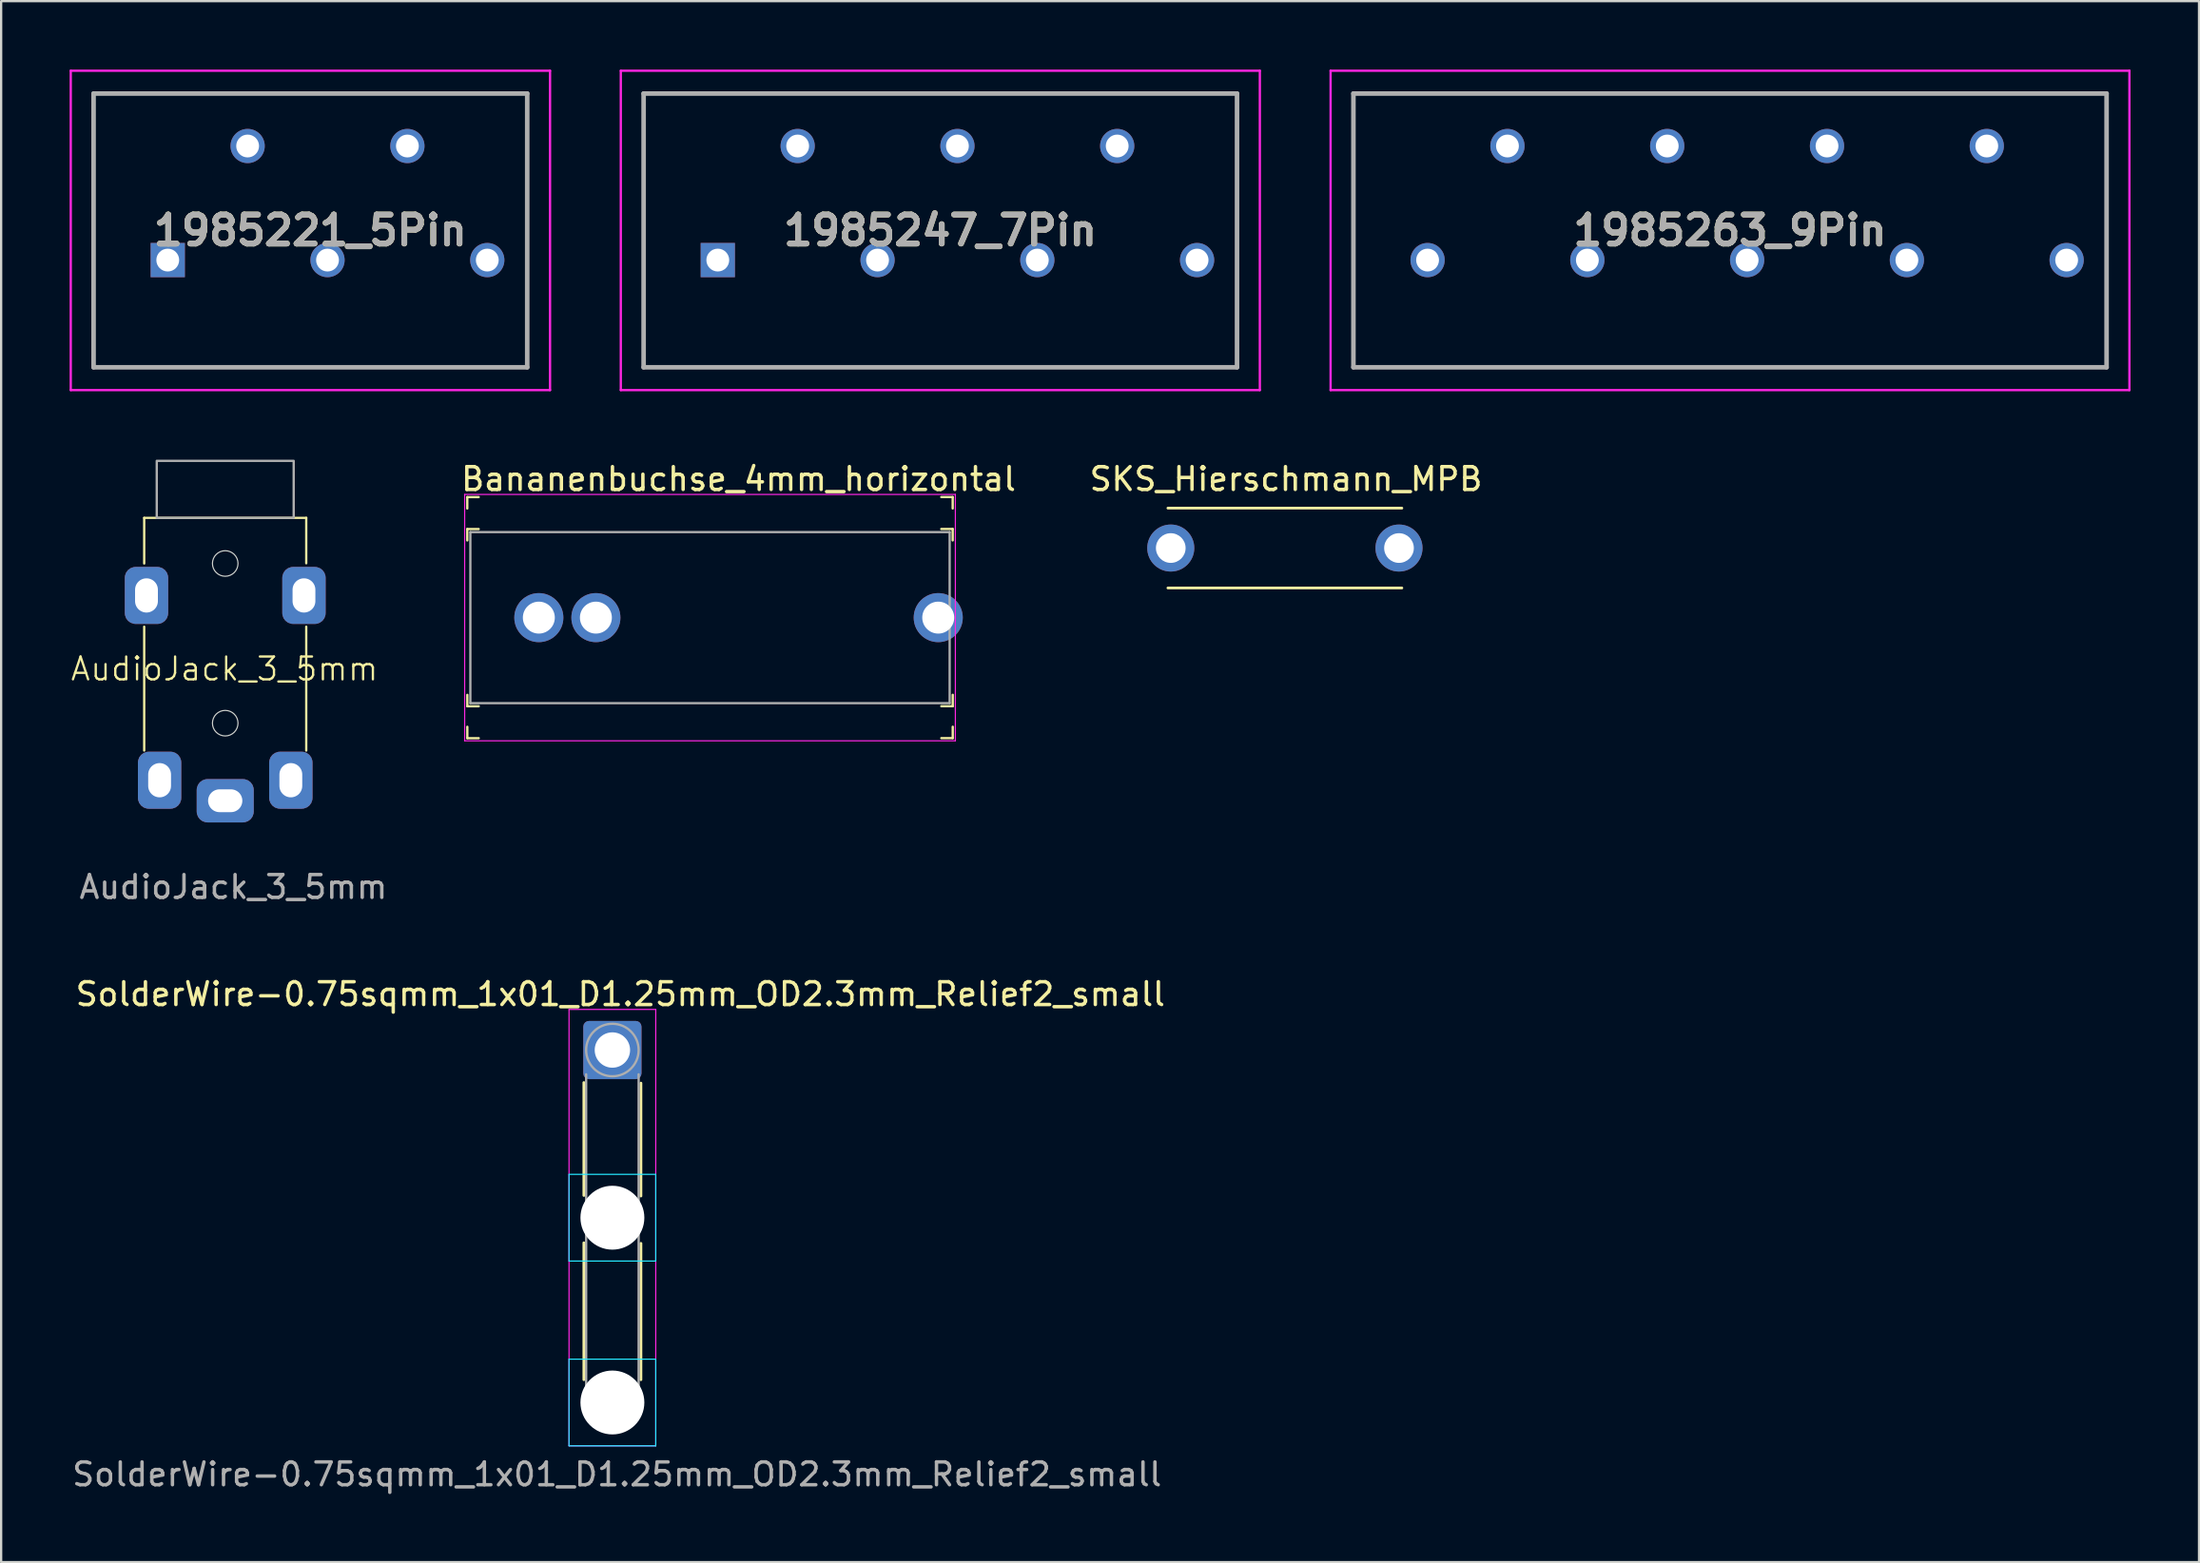
<source format=kicad_pcb>
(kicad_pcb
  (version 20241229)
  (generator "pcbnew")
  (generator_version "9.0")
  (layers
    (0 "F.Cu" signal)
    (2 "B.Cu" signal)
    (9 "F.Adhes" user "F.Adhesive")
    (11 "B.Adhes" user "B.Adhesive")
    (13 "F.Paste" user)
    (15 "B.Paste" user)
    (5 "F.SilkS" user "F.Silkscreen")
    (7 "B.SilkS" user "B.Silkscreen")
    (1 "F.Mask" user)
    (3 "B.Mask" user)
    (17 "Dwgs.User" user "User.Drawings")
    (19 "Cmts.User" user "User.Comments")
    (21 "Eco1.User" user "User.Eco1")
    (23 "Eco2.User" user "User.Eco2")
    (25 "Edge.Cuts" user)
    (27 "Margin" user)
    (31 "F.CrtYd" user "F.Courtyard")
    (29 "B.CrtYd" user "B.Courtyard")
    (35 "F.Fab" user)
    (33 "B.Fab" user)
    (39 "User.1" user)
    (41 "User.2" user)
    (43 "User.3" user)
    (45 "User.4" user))
  (footprint "1985221_5Pin"
    (layer "F.Cu")
    (at 4.3 8.35)
    (property "Reference" "1985221_5Pin" (at 6.25 -1.3 0) (layer "F.SilkS") (effects (font (size 1.27 1.27) (thickness 0.254))))
    (attr through_hole)
    (fp_line (start -3.25 -7.3) (end 15.75 -7.3) (stroke (width 0.1) (type solid)) (layer "F.SilkS"))
    (fp_line (start -3.25 4.7) (end -3.25 -7.3) (stroke (width 0.1) (type solid)) (layer "F.SilkS"))
    (fp_line (start 15.75 -7.3) (end 15.75 4.7) (stroke (width 0.1) (type solid)) (layer "F.SilkS"))
    (fp_line (start 15.75 4.7) (end -3.25 4.7) (stroke (width 0.1) (type solid)) (layer "F.SilkS"))
    (fp_line (start -4.25 -8.3) (end 16.75 -8.3) (stroke (width 0.1) (type solid)) (layer "F.CrtYd"))
    (fp_line (start -4.25 5.7) (end -4.25 -8.3) (stroke (width 0.1) (type solid)) (layer "F.CrtYd"))
    (fp_line (start 16.75 -8.3) (end 16.75 5.7) (stroke (width 0.1) (type solid)) (layer "F.CrtYd"))
    (fp_line (start 16.75 5.7) (end -4.25 5.7) (stroke (width 0.1) (type solid)) (layer "F.CrtYd"))
    (fp_line (start -3.25 -7.3) (end 15.75 -7.3) (stroke (width 0.2) (type solid)) (layer "F.Fab"))
    (fp_line (start -3.25 4.7) (end -3.25 -7.3) (stroke (width 0.2) (type solid)) (layer "F.Fab"))
    (fp_line (start 15.75 -7.3) (end 15.75 4.7) (stroke (width 0.2) (type solid)) (layer "F.Fab"))
    (fp_line (start 15.75 4.7) (end -3.25 4.7) (stroke (width 0.2) (type solid)) (layer "F.Fab"))
    (fp_text user "${REFERENCE}" (at 6.25 -1.3 0) (layer "F.Fab") (effects (font (size 1.27 1.27) (thickness 0.254))))
    (pad "1" thru_hole rect (at 0 0) (size 1.5 1.5) (drill 1) (layers "*.Cu" "*.Mask"))
    (pad "2" thru_hole circle (at 3.5 -5) (size 1.5 1.5) (drill 1) (layers "*.Cu" "*.Mask"))
    (pad "3" thru_hole circle (at 7 0) (size 1.5 1.5) (drill 1) (layers "*.Cu" "*.Mask"))
    (pad "4" thru_hole circle (at 10.5 -5) (size 1.5 1.5) (drill 1) (layers "*.Cu" "*.Mask"))
    (pad "5" thru_hole circle (at 14 0) (size 1.5 1.5) (drill 1) (layers "*.Cu" "*.Mask")))
  (footprint "1985263_9Pin"
    (layer "F.Cu")
    (at 72.75 7.05)
    (property "Reference" "1985263_9Pin" (at 0 0 0) (layer "F.SilkS") (effects (font (size 1.27 1.27) (thickness 0.254))))
    (attr through_hole)
    (fp_line (start -16.5 -6) (end 16.5 -6) (stroke (width 0.1) (type solid)) (layer "F.SilkS"))
    (fp_line (start -16.5 6) (end -16.5 -6) (stroke (width 0.1) (type solid)) (layer "F.SilkS"))
    (fp_line (start 16.5 -6) (end 16.5 6) (stroke (width 0.1) (type solid)) (layer "F.SilkS"))
    (fp_line (start 16.5 6) (end -16.5 6) (stroke (width 0.1) (type solid)) (layer "F.SilkS"))
    (fp_line (start -17.5 -7) (end 17.5 -7) (stroke (width 0.1) (type solid)) (layer "F.CrtYd"))
    (fp_line (start -17.5 7) (end -17.5 -7) (stroke (width 0.1) (type solid)) (layer "F.CrtYd"))
    (fp_line (start 17.5 -7) (end 17.5 7) (stroke (width 0.1) (type solid)) (layer "F.CrtYd"))
    (fp_line (start 17.5 7) (end -17.5 7) (stroke (width 0.1) (type solid)) (layer "F.CrtYd"))
    (fp_line (start -16.5 -6) (end 16.5 -6) (stroke (width 0.2) (type solid)) (layer "F.Fab"))
    (fp_line (start -16.5 6) (end -16.5 -6) (stroke (width 0.2) (type solid)) (layer "F.Fab"))
    (fp_line (start 16.5 -6) (end 16.5 6) (stroke (width 0.2) (type solid)) (layer "F.Fab"))
    (fp_line (start 16.5 6) (end -16.5 6) (stroke (width 0.2) (type solid)) (layer "F.Fab"))
    (fp_text user "${REFERENCE}" (at 0 0 0) (layer "F.Fab") (effects (font (size 1.27 1.27) (thickness 0.254))))
    (pad "1" thru_hole circle (at -13.25 1.3) (size 1.5 1.5) (drill 1) (layers "*.Cu" "*.Mask"))
    (pad "2" thru_hole circle (at -9.75 -3.7) (size 1.5 1.5) (drill 1) (layers "*.Cu" "*.Mask"))
    (pad "3" thru_hole circle (at -6.25 1.3) (size 1.5 1.5) (drill 1) (layers "*.Cu" "*.Mask"))
    (pad "4" thru_hole circle (at -2.75 -3.7) (size 1.5 1.5) (drill 1) (layers "*.Cu" "*.Mask"))
    (pad "5" thru_hole circle (at 0.75 1.3) (size 1.5 1.5) (drill 1) (layers "*.Cu" "*.Mask"))
    (pad "6" thru_hole circle (at 4.25 -3.7) (size 1.5 1.5) (drill 1) (layers "*.Cu" "*.Mask"))
    (pad "7" thru_hole circle (at 7.75 1.3) (size 1.5 1.5) (drill 1) (layers "*.Cu" "*.Mask"))
    (pad "8" thru_hole circle (at 11.25 -3.7) (size 1.5 1.5) (drill 1) (layers "*.Cu" "*.Mask"))
    (pad "9" thru_hole circle (at 14.75 1.3) (size 1.5 1.5) (drill 1) (layers "*.Cu" "*.Mask")))
  (footprint "1985247_7Pin"
    (layer "F.Cu")
    (at 28.4 8.35)
    (property "Reference" "1985247_7Pin" (at 9.75 -1.3 0) (layer "F.SilkS") (effects (font (size 1.27 1.27) (thickness 0.254))))
    (attr through_hole)
    (fp_line (start -3.25 -7.3) (end -3.25 4.7) (stroke (width 0.1) (type solid)) (layer "F.SilkS"))
    (fp_line (start -3.25 4.7) (end 22.75 4.7) (stroke (width 0.1) (type solid)) (layer "F.SilkS"))
    (fp_line (start 22.75 -7.3) (end -3.25 -7.3) (stroke (width 0.1) (type solid)) (layer "F.SilkS"))
    (fp_line (start 22.75 4.7) (end 22.75 -7.3) (stroke (width 0.1) (type solid)) (layer "F.SilkS"))
    (fp_line (start -4.25 -8.3) (end 23.75 -8.3) (stroke (width 0.1) (type solid)) (layer "F.CrtYd"))
    (fp_line (start -4.25 5.7) (end -4.25 -8.3) (stroke (width 0.1) (type solid)) (layer "F.CrtYd"))
    (fp_line (start 23.75 -8.3) (end 23.75 5.7) (stroke (width 0.1) (type solid)) (layer "F.CrtYd"))
    (fp_line (start 23.75 5.7) (end -4.25 5.7) (stroke (width 0.1) (type solid)) (layer "F.CrtYd"))
    (fp_line (start -3.25 -7.3) (end 22.75 -7.3) (stroke (width 0.2) (type solid)) (layer "F.Fab"))
    (fp_line (start -3.25 4.7) (end -3.25 -7.3) (stroke (width 0.2) (type solid)) (layer "F.Fab"))
    (fp_line (start 22.75 -7.3) (end 22.75 4.7) (stroke (width 0.2) (type solid)) (layer "F.Fab"))
    (fp_line (start 22.75 4.7) (end -3.25 4.7) (stroke (width 0.2) (type solid)) (layer "F.Fab"))
    (fp_text user "${REFERENCE}" (at 9.75 -1.3 0) (layer "F.Fab") (effects (font (size 1.27 1.27) (thickness 0.254))))
    (pad "1" thru_hole rect (at 0 0) (size 1.5 1.5) (drill 1) (layers "*.Cu" "*.Mask"))
    (pad "2" thru_hole circle (at 3.5 -5) (size 1.5 1.5) (drill 1) (layers "*.Cu" "*.Mask"))
    (pad "3" thru_hole circle (at 7 0) (size 1.5 1.5) (drill 1) (layers "*.Cu" "*.Mask"))
    (pad "4" thru_hole circle (at 10.5 -5) (size 1.5 1.5) (drill 1) (layers "*.Cu" "*.Mask"))
    (pad "5" thru_hole circle (at 14 0) (size 1.5 1.5) (drill 1) (layers "*.Cu" "*.Mask"))
    (pad "6" thru_hole circle (at 17.5 -5) (size 1.5 1.5) (drill 1) (layers "*.Cu" "*.Mask"))
    (pad "7" thru_hole circle (at 21 0) (size 1.5 1.5) (drill 1) (layers "*.Cu" "*.Mask")))
  (footprint "AudioJack_3_5mm"
    (layer "F.Cu")
    (at 6.818 19.65)
    (property "Reference" "AudioJack_3_5mm" (at -0.03 6.62 0) (unlocked yes) (layer "F.SilkS") (effects (font (size 1 1) (thickness 0.1))))
    (attr through_hole)
    (fp_line (start -3.55 0) (end 3.55 0) (stroke (width 0.1) (type default)) (layer "F.SilkS"))
    (fp_line (start -3.55 2) (end -3.55 0) (stroke (width 0.1) (type default)) (layer "F.SilkS"))
    (fp_line (start -3.55 4.77) (end -3.55 10.2) (stroke (width 0.1) (type default)) (layer "F.SilkS"))
    (fp_line (start 3.55 0) (end 3.55 1.99) (stroke (width 0.1) (type default)) (layer "F.SilkS"))
    (fp_line (start 3.55 4.77) (end 3.55 10.2) (stroke (width 0.1) (type default)) (layer "F.SilkS"))
    (fp_circle (center 0 2) (end 0.56 2) (stroke (width 0.05) (type default)) (fill no) (layer "Edge.Cuts"))
    (fp_circle (center 0 9) (end 0.56 9) (stroke (width 0.05) (type default)) (fill no) (layer "Edge.Cuts"))
    (fp_rect (start -3 -2.5) (end 3 0) (stroke (width 0.1) (type default)) (fill no) (layer "F.Fab"))
    (fp_text user "${REFERENCE}" (at 0.36 16.18 0) (unlocked yes) (layer "F.Fab") (effects (font (size 1 1) (thickness 0.15))))
    (pad "R1" thru_hole roundrect (at -2.875 11.5 90) (size 2.5 1.9) (drill oval 1.5 1) (layers "*.Cu" "*.Mask") (roundrect_rratio 0.25))
    (pad "R2" thru_hole roundrect (at 2.875 11.5 90) (size 2.5 1.9) (drill oval 1.5 1) (layers "*.Cu" "*.Mask") (roundrect_rratio 0.25))
    (pad "S" thru_hole roundrect (at 0 12.4 180) (size 2.5 1.9) (drill oval 1.5 1) (layers "*.Cu" "*.Mask") (roundrect_rratio 0.25))
    (pad "T" thru_hole roundrect (at -3.45 3.4 90) (size 2.5 1.9) (drill oval 1.5 1) (layers "*.Cu" "*.Mask") (roundrect_rratio 0.25))
    (pad "T" thru_hole roundrect (at 3.45 3.4 90) (size 2.5 1.9) (drill oval 1.5 1) (layers "*.Cu" "*.Mask") (roundrect_rratio 0.25)))
  (footprint "Bananenbuchse_4mm_horizontal"
    (layer "F.Cu")
    (at 29.309 24.023)
    (property "Reference" "Bananenbuchse_4mm_horizontal" (at 0 -6.075 0) (layer "F.SilkS") (effects (font (size 1 1) (thickness 0.15))))
    (attr through_hole)
    (fp_line (start -11.885 -5.283) (end -11.885 -4.783) (stroke (width 0.1) (type solid)) (layer "F.SilkS"))
    (fp_line (start -11.885 -5.283) (end -11.385 -5.283) (stroke (width 0.1) (type solid)) (layer "F.SilkS"))
    (fp_line (start -11.885 -3.883) (end -11.885 -3.383) (stroke (width 0.1) (type solid)) (layer "F.SilkS"))
    (fp_line (start -11.885 -3.883) (end -11.385 -3.883) (stroke (width 0.1) (type solid)) (layer "F.SilkS"))
    (fp_line (start -11.883 3.885) (end -11.883 3.385) (stroke (width 0.1) (type solid)) (layer "F.SilkS"))
    (fp_line (start -11.883 3.885) (end -11.383 3.885) (stroke (width 0.1) (type solid)) (layer "F.SilkS"))
    (fp_line (start -11.883 5.285) (end -11.883 4.785) (stroke (width 0.1) (type solid)) (layer "F.SilkS"))
    (fp_line (start -11.883 5.285) (end -11.383 5.285) (stroke (width 0.1) (type solid)) (layer "F.SilkS"))
    (fp_line (start 9.383 -5.285) (end 8.883 -5.285) (stroke (width 0.1) (type solid)) (layer "F.SilkS"))
    (fp_line (start 9.383 -5.285) (end 9.383 -4.785) (stroke (width 0.1) (type solid)) (layer "F.SilkS"))
    (fp_line (start 9.383 -3.885) (end 8.883 -3.885) (stroke (width 0.1) (type solid)) (layer "F.SilkS"))
    (fp_line (start 9.383 -3.885) (end 9.383 -3.385) (stroke (width 0.1) (type solid)) (layer "F.SilkS"))
    (fp_line (start 9.385 3.883) (end 8.885 3.883) (stroke (width 0.1) (type solid)) (layer "F.SilkS"))
    (fp_line (start 9.385 3.883) (end 9.385 3.383) (stroke (width 0.1) (type solid)) (layer "F.SilkS"))
    (fp_line (start 9.385 5.283) (end 8.885 5.283) (stroke (width 0.1) (type solid)) (layer "F.SilkS"))
    (fp_line (start 9.385 5.283) (end 9.385 4.783) (stroke (width 0.1) (type solid)) (layer "F.SilkS"))
    (fp_line (start -12 -5.4) (end -12 5.4) (stroke (width 0.05) (type solid)) (layer "F.CrtYd"))
    (fp_line (start -12 5.4) (end 9.5 5.4) (stroke (width 0.05) (type solid)) (layer "F.CrtYd"))
    (fp_line (start 9.5 -5.4) (end -12 -5.4) (stroke (width 0.05) (type solid)) (layer "F.CrtYd"))
    (fp_line (start 9.5 5.4) (end 9.5 -5.4) (stroke (width 0.05) (type solid)) (layer "F.CrtYd"))
    (fp_line (start -11.75 -3.75) (end 9.25 -3.75) (stroke (width 0.1) (type solid)) (layer "F.Fab"))
    (fp_line (start -11.75 3.75) (end -11.75 -3.75) (stroke (width 0.1) (type solid)) (layer "F.Fab"))
    (fp_line (start -11.75 3.75) (end 9.25 3.75) (stroke (width 0.1) (type solid)) (layer "F.Fab"))
    (fp_line (start 9.25 3.75) (end 9.25 -3.75) (stroke (width 0.1) (type solid)) (layer "F.Fab"))
    (pad "1" thru_hole circle (at -8.75 0) (size 2.15 2.15) (drill 1.4) (layers "*.Cu" "*.Mask"))
    (pad "1" thru_hole circle (at -6.25 0) (size 2.15 2.15) (drill 1.4) (layers "*.Cu" "*.Mask"))
    (pad "1" thru_hole circle (at 8.75 0) (size 2.15 2.15) (drill 1.4) (layers "*.Cu" "*.Mask")))
  (footprint "SolderWire-0.75sqmm_1x01_D1.25mm_OD2.3mm_Relief2_small"
    (layer "F.Cu")
    (at 23.832 52.077)
    (property "Reference" "SolderWire-0.75sqmm_1x01_D1.25mm_OD2.3mm_Relief2_small" (at 0.3 -11.55 0) (unlocked yes) (layer "F.SilkS") (effects (font (size 1 1) (thickness 0.15))))
    (attr through_hole)
    (fp_line (start -1.3 -7.675) (end -1.3 -2.725) (stroke (width 0.12) (type solid)) (layer "F.SilkS"))
    (fp_line (start -1.3 -0.65) (end -1.3 5.35) (stroke (width 0.12) (type solid)) (layer "F.SilkS"))
    (fp_line (start 1.2 -7.65) (end 1.2 -2.7) (stroke (width 0.12) (type solid)) (layer "F.SilkS"))
    (fp_line (start 1.2 -0.625) (end 1.2 5.35) (stroke (width 0.12) (type solid)) (layer "F.SilkS"))
    (fp_line (start -1.95 -3.65) (end -1.95 0.15) (stroke (width 0.05) (type solid)) (layer "B.CrtYd"))
    (fp_line (start -1.95 0.15) (end 1.85 0.15) (stroke (width 0.05) (type solid)) (layer "B.CrtYd"))
    (fp_line (start -1.95 4.45) (end -1.95 8.25) (stroke (width 0.05) (type solid)) (layer "B.CrtYd"))
    (fp_line (start -1.95 8.25) (end 1.85 8.25) (stroke (width 0.05) (type solid)) (layer "B.CrtYd"))
    (fp_line (start 1.85 -3.65) (end -1.95 -3.65) (stroke (width 0.05) (type solid)) (layer "B.CrtYd"))
    (fp_line (start 1.85 0.15) (end 1.85 -3.65) (stroke (width 0.05) (type solid)) (layer "B.CrtYd"))
    (fp_line (start 1.85 4.45) (end -1.95 4.45) (stroke (width 0.05) (type solid)) (layer "B.CrtYd"))
    (fp_line (start 1.85 8.25) (end 1.85 4.45) (stroke (width 0.05) (type solid)) (layer "B.CrtYd"))
    (fp_line (start -1.95 -10.88) (end -1.95 8.25) (stroke (width 0.05) (type solid)) (layer "F.CrtYd"))
    (fp_line (start -1.95 8.25) (end 1.85 8.25) (stroke (width 0.05) (type solid)) (layer "F.CrtYd"))
    (fp_line (start 1.85 -10.88) (end -1.95 -10.88) (stroke (width 0.05) (type solid)) (layer "F.CrtYd"))
    (fp_line (start 1.85 8.25) (end 1.85 -10.88) (stroke (width 0.05) (type solid)) (layer "F.CrtYd"))
    (fp_line (start -1.2 -8.035) (end -1.2 5.765) (stroke (width 0.1) (type solid)) (layer "F.Fab"))
    (fp_line (start 1.1 -8.035) (end 1.1 5.765) (stroke (width 0.1) (type solid)) (layer "F.Fab"))
    (fp_circle (center -0.05 -9.1) (end 1.1 -9.1) (stroke (width 0.1) (type solid)) (fill no) (layer "F.Fab"))
    (fp_circle (center -0.05 -1.75) (end 1.1 -1.75) (stroke (width 0.1) (type solid)) (fill no) (layer "F.Fab"))
    (fp_circle (center -0.05 6.35) (end 1.1 6.35) (stroke (width 0.1) (type solid)) (fill no) (layer "F.Fab"))
    (fp_text user "${REFERENCE}" (at 0.15 9.5 0) (unlocked yes) (layer "F.Fab") (effects (font (size 1 1) (thickness 0.15))))
    (pad "" np_thru_hole circle (at -0.05 -1.75) (size 2.8 2.8) (drill 2.8) (layers "*.Cu" "*.Mask"))
    (pad "" np_thru_hole circle (at -0.05 6.35) (size 2.8 2.8) (drill 2.8) (layers "*.Cu" "*.Mask"))
    (pad "1" thru_hole roundrect (at -0.05 -9.1) (size 2.55 2.55) (drill 1.55) (layers "*.Cu" "*.Mask") (roundrect_rratio 0.098)))
  (footprint "SKS_Hierschmann_MPB"
    (layer "F.Cu")
    (at 53.247 20.973)
    (property "Reference" "SKS_Hierschmann_MPB" (at 0.05 -3.025 0) (layer "F.SilkS") (effects (font (size 1 1) (thickness 0.15))))
    (attr through_hole)
    (fp_line (start -5.125 1.75) (end 5.125 1.75) (stroke (width 0.12) (type solid)) (layer "F.SilkS"))
    (fp_line (start 5.125 -1.75) (end -5.125 -1.75) (stroke (width 0.12) (type solid)) (layer "F.SilkS"))
    (pad "1" thru_hole circle (at -5 0) (size 2.062 2.062) (drill 1.3) (layers "*.Cu" "*.Mask"))
    (pad "2" thru_hole circle (at 5 0) (size 2.062 2.062) (drill 1.3) (layers "*.Cu" "*.Mask")))
  (gr_rect
    (start -3 -3)
    (end 93.3 65.425)
    (stroke (width 0.1) (type default))
    (fill no)
    (layer "Edge.Cuts")))
</source>
